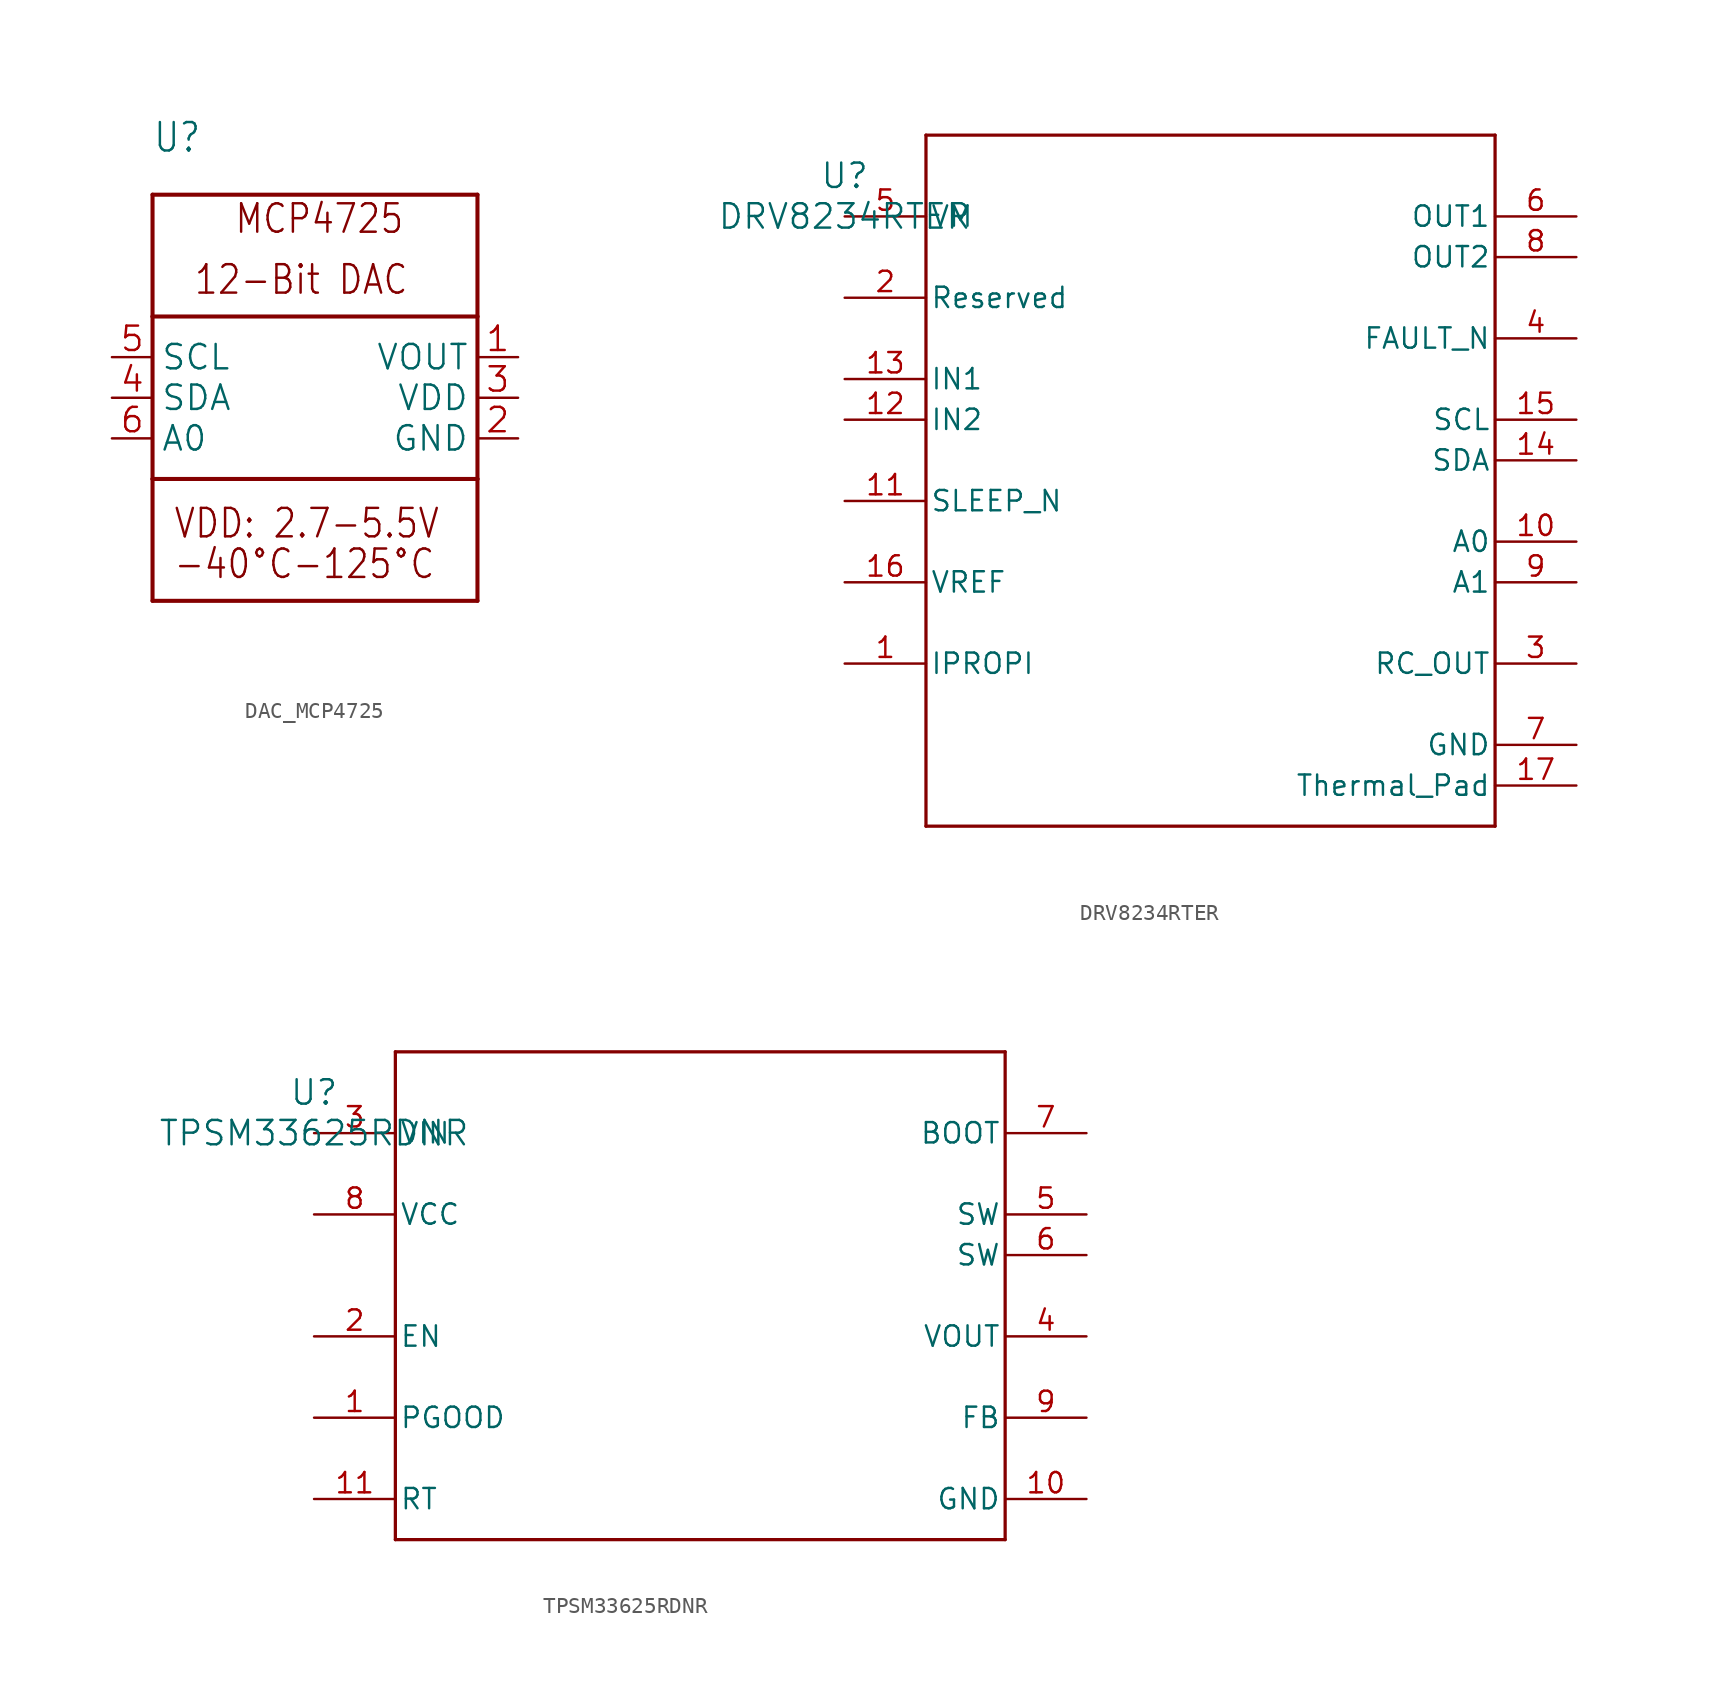
<source format=kicad_sym>
(kicad_symbol_lib
  (version 20241209)
  (generator "kicad_symbol_editor")
  (generator_version "9.0")
  (symbol "DAC_MCP4725"
    (property "Reference" "U"
      (at -10.16 15.24 0)
      (effects (font (size 1.778 1.511)) (justify left bottom)))
    (property "Value" ""
      (at -10.16 -15.24 0)
      (effects (font (size 1.778 1.511)) (justify left bottom)))
    (property "ki_locked" ""
      (at 0 0 0)
      (effects (font (size 1.27 1.27))))
    (symbol "DAC_MCP4725_1_0"
      (polyline (pts (xy -10.16 12.7) (xy 10.16 12.7)) (stroke (width 0.254) (type solid)) (fill (type none)))
      (polyline (pts (xy -10.16 5.08) (xy -10.16 12.7)) (stroke (width 0.254) (type solid)) (fill (type none)))
      (polyline (pts (xy -10.16 5.08) (xy 10.16 5.08)) (stroke (width 0.254) (type solid)) (fill (type none)))
      (polyline (pts (xy -10.16 -5.08) (xy -10.16 5.08)) (stroke (width 0.254) (type solid)) (fill (type none)))
      (polyline (pts (xy -10.16 -5.08) (xy 10.16 -5.08)) (stroke (width 0.254) (type solid)) (fill (type none)))
      (polyline (pts (xy -10.16 -12.7) (xy -10.16 -5.08)) (stroke (width 0.254) (type solid)) (fill (type none)))
      (polyline (pts (xy 10.16 5.08) (xy 10.16 12.7)) (stroke (width 0.254) (type solid)) (fill (type none)))
      (polyline (pts (xy 10.16 5.08) (xy 10.16 -5.08)) (stroke (width 0.254) (type solid)) (fill (type none)))
      (polyline (pts (xy 10.16 -5.08) (xy 10.16 -12.7)) (stroke (width 0.254) (type solid)) (fill (type none)))
      (polyline (pts (xy 10.16 -12.7) (xy -10.16 -12.7)) (stroke (width 0.254) (type solid)) (fill (type none)))
      (text "VDD: 2.7-5.5V" (at -8.89 -8.89 0) (effects (font (size 1.778 1.511)) (justify left bottom)))
      (text "-40°C-125°C" (at -8.89 -11.43 0) (effects (font (size 1.778 1.511)) (justify left bottom)))
      (text "12-Bit DAC" (at -7.62 6.35 0) (effects (font (size 1.778 1.511)) (justify left bottom)))
      (text "MCP4725" (at -5.08 10.16 0) (effects (font (size 1.778 1.511)) (justify left bottom)))
      (pin bidirectional line (at -12.7 2.54 0) (length 2.54) (name "SCL" (effects (font (size 1.524 1.524)))) (number "5" (effects (font (size 1.524 1.524)))))
      (pin bidirectional line (at -12.7 0 0) (length 2.54) (name "SDA" (effects (font (size 1.524 1.524)))) (number "4" (effects (font (size 1.524 1.524)))))
      (pin input line (at -12.7 -2.54 0) (length 2.54) (name "A0" (effects (font (size 1.524 1.524)))) (number "6" (effects (font (size 1.524 1.524)))))
      (pin output line (at 12.7 2.54 180) (length 2.54) (name "VOUT" (effects (font (size 1.524 1.524)))) (number "1" (effects (font (size 1.524 1.524)))))
      (pin power_in line (at 12.7 0 180) (length 2.54) (name "VDD" (effects (font (size 1.524 1.524)))) (number "3" (effects (font (size 1.524 1.524)))))
      (pin power_in line (at 12.7 -2.54 180) (length 2.54) (name "GND" (effects (font (size 1.524 1.524)))) (number "2" (effects (font (size 1.524 1.524)))))))
  (symbol "DRV8234RTER"
    (pin_names
      (offset 0.254))
    (property "Reference" "U"
      (at 0 2.54 0)
      (effects (font (size 1.524 1.524))))
    (property "Value" "DRV8234RTER"
      (at 0 0 0)
      (effects (font (size 1.524 1.524))))
    (property "ki_locked" ""
      (at 0 0 0)
      (effects (font (size 1.27 1.27))))
    (symbol "DRV8234RTER_0_1"
      (polyline (pts (xy 5.08 5.08) (xy 5.08 -38.1)) (stroke (width 0.203) (type default)) (fill (type none)))
      (polyline (pts (xy 5.08 -38.1) (xy 40.64 -38.1)) (stroke (width 0.203) (type default)) (fill (type none)))
      (polyline (pts (xy 40.64 5.08) (xy 5.08 5.08)) (stroke (width 0.203) (type default)) (fill (type none)))
      (polyline (pts (xy 40.64 -38.1) (xy 40.64 5.08)) (stroke (width 0.203) (type default)) (fill (type none)))
      (pin power_in line (at 0 0 0) (length 5.08) (name "VM" (effects (font (size 1.27 1.27)))) (number "5" (effects (font (size 1.27 1.27)))))
      (pin unspecified line (at 0 -5.08 0) (length 5.08) (name "Reserved" (effects (font (size 1.27 1.27)))) (number "2" (effects (font (size 1.27 1.27)))))
      (pin input line (at 0 -10.16 0) (length 5.08) (name "IN1" (effects (font (size 1.27 1.27)))) (number "13" (effects (font (size 1.27 1.27)))))
      (pin input line (at 0 -12.7 0) (length 5.08) (name "IN2" (effects (font (size 1.27 1.27)))) (number "12" (effects (font (size 1.27 1.27)))))
      (pin input line (at 0 -17.78 0) (length 5.08) (name "SLEEP_N" (effects (font (size 1.27 1.27)))) (number "11" (effects (font (size 1.27 1.27)))))
      (pin unspecified line (at 0 -22.86 0) (length 5.08) (name "VREF" (effects (font (size 1.27 1.27)))) (number "16" (effects (font (size 1.27 1.27)))))
      (pin unspecified line (at 0 -27.94 0) (length 5.08) (name "IPROPI" (effects (font (size 1.27 1.27)))) (number "1" (effects (font (size 1.27 1.27)))))
      (pin unspecified line (at 45.72 0 180) (length 5.08) (name "OUT1" (effects (font (size 1.27 1.27)))) (number "6" (effects (font (size 1.27 1.27)))))
      (pin unspecified line (at 45.72 -2.54 180) (length 5.08) (name "OUT2" (effects (font (size 1.27 1.27)))) (number "8" (effects (font (size 1.27 1.27)))))
      (pin open_collector line (at 45.72 -7.62 180) (length 5.08) (name "FAULT_N" (effects (font (size 1.27 1.27)))) (number "4" (effects (font (size 1.27 1.27)))))
      (pin input line (at 45.72 -12.7 180) (length 5.08) (name "SCL" (effects (font (size 1.27 1.27)))) (number "15" (effects (font (size 1.27 1.27)))))
      (pin bidirectional line (at 45.72 -15.24 180) (length 5.08) (name "SDA" (effects (font (size 1.27 1.27)))) (number "14" (effects (font (size 1.27 1.27)))))
      (pin input line (at 45.72 -20.32 180) (length 5.08) (name "A0" (effects (font (size 1.27 1.27)))) (number "10" (effects (font (size 1.27 1.27)))))
      (pin input line (at 45.72 -22.86 180) (length 5.08) (name "A1" (effects (font (size 1.27 1.27)))) (number "9" (effects (font (size 1.27 1.27)))))
      (pin open_collector line (at 45.72 -27.94 180) (length 5.08) (name "RC_OUT" (effects (font (size 1.27 1.27)))) (number "3" (effects (font (size 1.27 1.27)))))
      (pin power_in line (at 45.72 -33.02 180) (length 5.08) (name "GND" (effects (font (size 1.27 1.27)))) (number "7" (effects (font (size 1.27 1.27)))))
      (pin power_in line (at 45.72 -35.56 180) (length 5.08) (name "Thermal_Pad" (effects (font (size 1.27 1.27)))) (number "17" (effects (font (size 1.27 1.27)))))))
  (symbol "TPSM33625RDNR"
    (pin_names
      (offset 0.254))
    (property "Reference" "U"
      (at 0 2.54 0)
      (effects (font (size 1.524 1.524))))
    (property "Value" "TPSM33625RDNR"
      (at 0 0 0)
      (effects (font (size 1.524 1.524))))
    (property "ki_locked" ""
      (at 0 0 0)
      (effects (font (size 1.27 1.27))))
    (symbol "TPSM33625RDNR_0_1"
      (polyline (pts (xy 5.08 5.08) (xy 5.08 -25.4)) (stroke (width 0.203) (type default)) (fill (type none)))
      (polyline (pts (xy 5.08 -25.4) (xy 43.18 -25.4)) (stroke (width 0.203) (type default)) (fill (type none)))
      (polyline (pts (xy 43.18 5.08) (xy 5.08 5.08)) (stroke (width 0.203) (type default)) (fill (type none)))
      (polyline (pts (xy 43.18 -25.4) (xy 43.18 5.08)) (stroke (width 0.203) (type default)) (fill (type none)))
      (pin power_in line (at 0 0 0) (length 5.08) (name "VIN" (effects (font (size 1.27 1.27)))) (number "3" (effects (font (size 1.27 1.27)))))
      (pin unspecified line (at 0 -5.08 0) (length 5.08) (name "VCC" (effects (font (size 1.27 1.27)))) (number "8" (effects (font (size 1.27 1.27)))))
      (pin input line (at 0 -12.7 0) (length 5.08) (name "EN" (effects (font (size 1.27 1.27)))) (number "2" (effects (font (size 1.27 1.27)))))
      (pin open_collector line (at 0 -17.78 0) (length 5.08) (name "PGOOD" (effects (font (size 1.27 1.27)))) (number "1" (effects (font (size 1.27 1.27)))))
      (pin unspecified line (at 0 -22.86 0) (length 5.08) (name "RT" (effects (font (size 1.27 1.27)))) (number "11" (effects (font (size 1.27 1.27)))))
      (pin unspecified line (at 48.26 0 180) (length 5.08) (name "BOOT" (effects (font (size 1.27 1.27)))) (number "7" (effects (font (size 1.27 1.27)))))
      (pin unspecified line (at 48.26 -5.08 180) (length 5.08) (name "SW" (effects (font (size 1.27 1.27)))) (number "5" (effects (font (size 1.27 1.27)))))
      (pin unspecified line (at 48.26 -7.62 180) (length 5.08) (name "SW" (effects (font (size 1.27 1.27)))) (number "6" (effects (font (size 1.27 1.27)))))
      (pin power_in line (at 48.26 -12.7 180) (length 5.08) (name "VOUT" (effects (font (size 1.27 1.27)))) (number "4" (effects (font (size 1.27 1.27)))))
      (pin unspecified line (at 48.26 -17.78 180) (length 5.08) (name "FB" (effects (font (size 1.27 1.27)))) (number "9" (effects (font (size 1.27 1.27)))))
      (pin power_in line (at 48.26 -22.86 180) (length 5.08) (name "GND" (effects (font (size 1.27 1.27)))) (number "10" (effects (font (size 1.27 1.27))))))))
</source>
